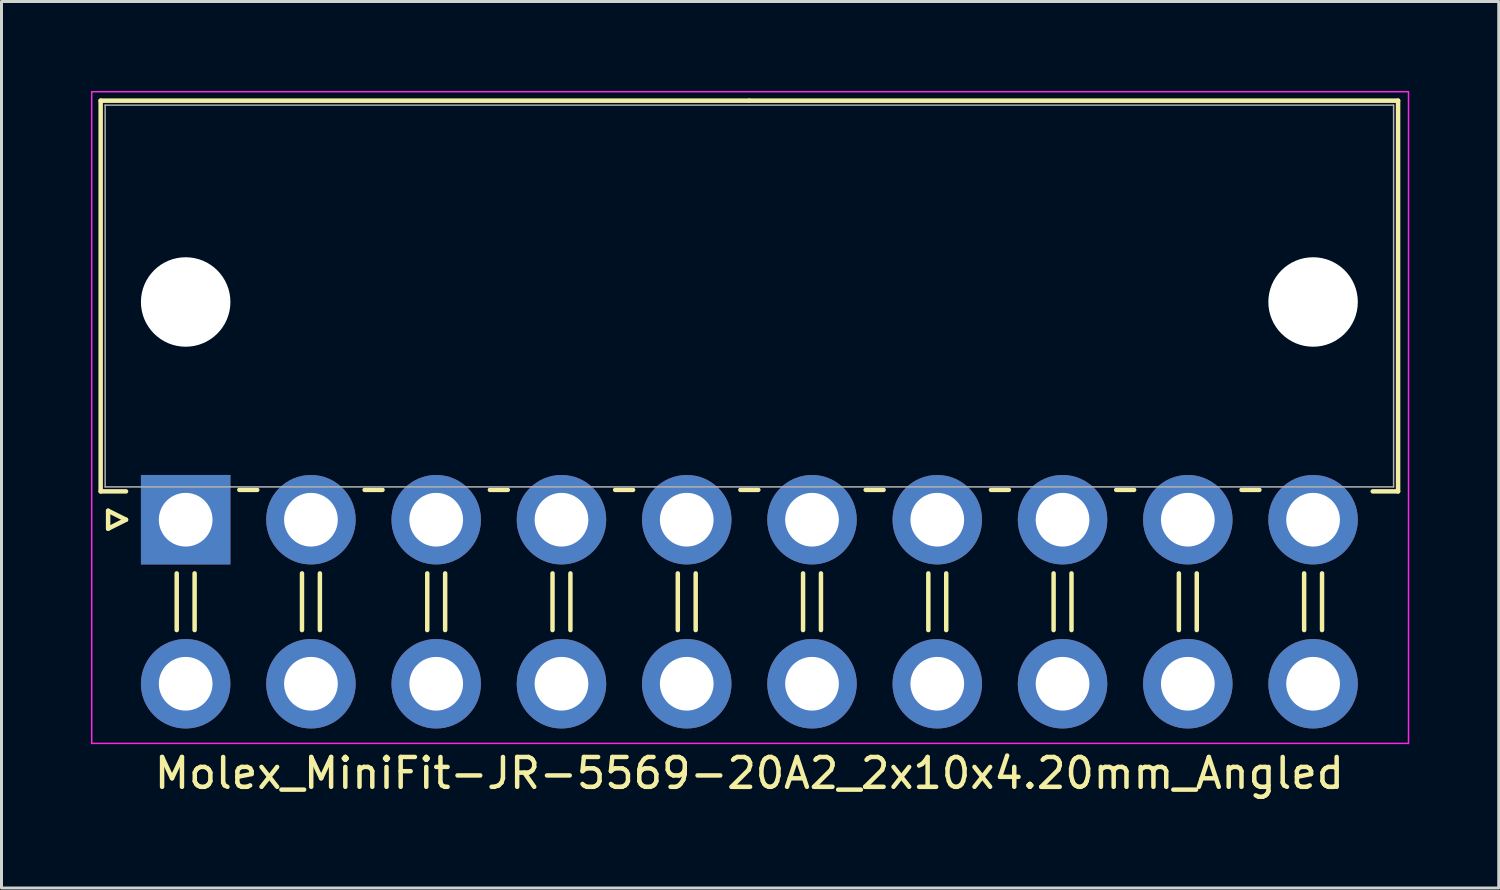
<source format=kicad_pcb>
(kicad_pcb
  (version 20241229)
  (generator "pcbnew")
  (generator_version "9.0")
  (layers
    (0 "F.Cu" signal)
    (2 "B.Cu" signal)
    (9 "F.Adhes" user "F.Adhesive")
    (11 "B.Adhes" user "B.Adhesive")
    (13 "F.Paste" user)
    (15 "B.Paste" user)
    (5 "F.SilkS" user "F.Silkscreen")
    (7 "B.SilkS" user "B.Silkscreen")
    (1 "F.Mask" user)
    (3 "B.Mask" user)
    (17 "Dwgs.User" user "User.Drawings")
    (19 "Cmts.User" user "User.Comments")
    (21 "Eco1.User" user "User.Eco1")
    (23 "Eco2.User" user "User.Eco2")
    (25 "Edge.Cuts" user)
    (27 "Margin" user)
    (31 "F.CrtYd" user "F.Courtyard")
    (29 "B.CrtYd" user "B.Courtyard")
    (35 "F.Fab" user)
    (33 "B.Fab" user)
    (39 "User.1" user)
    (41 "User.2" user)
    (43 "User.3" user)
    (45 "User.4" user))
  (footprint "Molex_MiniFit-JR-5569-20A2_2x10x4.20mm_Angled"
    (layer "F.Cu")
    (at 3.175 14.375)
    (property "Reference" "Molex_MiniFit-JR-5569-20A2_2x10x4.20mm_Angled" (at 18.9 8.5 0) (layer "F.SilkS") (effects (font (size 1 1) (thickness 0.15))))
    (attr through_hole)
    (fp_line (start -2.85 -14.05) (end 18.9 -14.05) (stroke (width 0.15) (type solid)) (layer "F.SilkS"))
    (fp_line (start -2.85 -0.95) (end -2.85 -14.05) (stroke (width 0.15) (type solid)) (layer "F.SilkS"))
    (fp_line (start -2.6 -0.3) (end -2 0) (stroke (width 0.15) (type solid)) (layer "F.SilkS"))
    (fp_line (start -2.6 0.3) (end -2.6 -0.3) (stroke (width 0.15) (type solid)) (layer "F.SilkS"))
    (fp_line (start -2 -0.95) (end -2.85 -0.95) (stroke (width 0.15) (type solid)) (layer "F.SilkS"))
    (fp_line (start -2 0) (end -2.6 0.3) (stroke (width 0.15) (type solid)) (layer "F.SilkS"))
    (fp_line (start -0.3 1.8) (end -0.3 3.7) (stroke (width 0.15) (type solid)) (layer "F.SilkS"))
    (fp_line (start 0.3 1.8) (end 0.3 3.7) (stroke (width 0.15) (type solid)) (layer "F.SilkS"))
    (fp_line (start 1.8 -1) (end 2.4 -1) (stroke (width 0.15) (type solid)) (layer "F.SilkS"))
    (fp_line (start 3.9 1.8) (end 3.9 3.7) (stroke (width 0.15) (type solid)) (layer "F.SilkS"))
    (fp_line (start 4.5 1.8) (end 4.5 3.7) (stroke (width 0.15) (type solid)) (layer "F.SilkS"))
    (fp_line (start 6 -1) (end 6.6 -1) (stroke (width 0.15) (type solid)) (layer "F.SilkS"))
    (fp_line (start 8.1 1.8) (end 8.1 3.7) (stroke (width 0.15) (type solid)) (layer "F.SilkS"))
    (fp_line (start 8.7 1.8) (end 8.7 3.7) (stroke (width 0.15) (type solid)) (layer "F.SilkS"))
    (fp_line (start 10.2 -1) (end 10.8 -1) (stroke (width 0.15) (type solid)) (layer "F.SilkS"))
    (fp_line (start 12.3 1.8) (end 12.3 3.7) (stroke (width 0.15) (type solid)) (layer "F.SilkS"))
    (fp_line (start 12.9 1.8) (end 12.9 3.7) (stroke (width 0.15) (type solid)) (layer "F.SilkS"))
    (fp_line (start 14.4 -1) (end 15 -1) (stroke (width 0.15) (type solid)) (layer "F.SilkS"))
    (fp_line (start 16.5 1.8) (end 16.5 3.7) (stroke (width 0.15) (type solid)) (layer "F.SilkS"))
    (fp_line (start 17.1 1.8) (end 17.1 3.7) (stroke (width 0.15) (type solid)) (layer "F.SilkS"))
    (fp_line (start 18.6 -1) (end 19.2 -1) (stroke (width 0.15) (type solid)) (layer "F.SilkS"))
    (fp_line (start 20.7 1.8) (end 20.7 3.7) (stroke (width 0.15) (type solid)) (layer "F.SilkS"))
    (fp_line (start 21.3 1.8) (end 21.3 3.7) (stroke (width 0.15) (type solid)) (layer "F.SilkS"))
    (fp_line (start 22.8 -1) (end 23.4 -1) (stroke (width 0.15) (type solid)) (layer "F.SilkS"))
    (fp_line (start 24.9 1.8) (end 24.9 3.7) (stroke (width 0.15) (type solid)) (layer "F.SilkS"))
    (fp_line (start 25.5 1.8) (end 25.5 3.7) (stroke (width 0.15) (type solid)) (layer "F.SilkS"))
    (fp_line (start 27 -1) (end 27.6 -1) (stroke (width 0.15) (type solid)) (layer "F.SilkS"))
    (fp_line (start 29.1 1.8) (end 29.1 3.7) (stroke (width 0.15) (type solid)) (layer "F.SilkS"))
    (fp_line (start 29.7 1.8) (end 29.7 3.7) (stroke (width 0.15) (type solid)) (layer "F.SilkS"))
    (fp_line (start 31.2 -1) (end 31.8 -1) (stroke (width 0.15) (type solid)) (layer "F.SilkS"))
    (fp_line (start 33.3 1.8) (end 33.3 3.7) (stroke (width 0.15) (type solid)) (layer "F.SilkS"))
    (fp_line (start 33.9 1.8) (end 33.9 3.7) (stroke (width 0.15) (type solid)) (layer "F.SilkS"))
    (fp_line (start 35.4 -1) (end 36 -1) (stroke (width 0.15) (type solid)) (layer "F.SilkS"))
    (fp_line (start 37.5 1.8) (end 37.5 3.7) (stroke (width 0.15) (type solid)) (layer "F.SilkS"))
    (fp_line (start 38.1 1.8) (end 38.1 3.7) (stroke (width 0.15) (type solid)) (layer "F.SilkS"))
    (fp_line (start 39.8 -0.95) (end 40.65 -0.95) (stroke (width 0.15) (type solid)) (layer "F.SilkS"))
    (fp_line (start 40.65 -14.05) (end 18.9 -14.05) (stroke (width 0.15) (type solid)) (layer "F.SilkS"))
    (fp_line (start 40.65 -0.95) (end 40.65 -14.05) (stroke (width 0.15) (type solid)) (layer "F.SilkS"))
    (fp_line (start -3.15 -14.35) (end -3.15 7.5) (stroke (width 0.05) (type solid)) (layer "F.CrtYd"))
    (fp_line (start -3.15 7.5) (end 41 7.5) (stroke (width 0.05) (type solid)) (layer "F.CrtYd"))
    (fp_line (start 41 -14.35) (end -3.15 -14.35) (stroke (width 0.05) (type solid)) (layer "F.CrtYd"))
    (fp_line (start 41 7.5) (end 41 -14.35) (stroke (width 0.05) (type solid)) (layer "F.CrtYd"))
    (fp_line (start -2.7 -13.9) (end -2.7 -1.1) (stroke (width 0.05) (type solid)) (layer "F.Fab"))
    (fp_line (start -2.7 -1.1) (end 40.5 -1.1) (stroke (width 0.05) (type solid)) (layer "F.Fab"))
    (fp_line (start 40.5 -13.9) (end -2.7 -13.9) (stroke (width 0.05) (type solid)) (layer "F.Fab"))
    (fp_line (start 40.5 -1.1) (end 40.5 -13.9) (stroke (width 0.05) (type solid)) (layer "F.Fab"))
    (pad "" np_thru_hole circle (at 0 -7.3) (size 3 3) (drill 3) (layers "*.Cu"))
    (pad "" np_thru_hole circle (at 37.8 -7.3) (size 3 3) (drill 3) (layers "*.Cu"))
    (pad "1" thru_hole rect (at 0 0) (size 3 3) (drill 1.8) (layers "*.Cu" "*.Mask"))
    (pad "2" thru_hole circle (at 4.2 0) (size 3 3) (drill 1.8) (layers "*.Cu" "*.Mask"))
    (pad "3" thru_hole circle (at 8.4 0) (size 3 3) (drill 1.8) (layers "*.Cu" "*.Mask"))
    (pad "4" thru_hole circle (at 12.6 0) (size 3 3) (drill 1.8) (layers "*.Cu" "*.Mask"))
    (pad "5" thru_hole circle (at 16.8 0) (size 3 3) (drill 1.8) (layers "*.Cu" "*.Mask"))
    (pad "6" thru_hole circle (at 21 0) (size 3 3) (drill 1.8) (layers "*.Cu" "*.Mask"))
    (pad "7" thru_hole circle (at 25.2 0) (size 3 3) (drill 1.8) (layers "*.Cu" "*.Mask"))
    (pad "8" thru_hole circle (at 29.4 0) (size 3 3) (drill 1.8) (layers "*.Cu" "*.Mask"))
    (pad "9" thru_hole circle (at 33.6 0) (size 3 3) (drill 1.8) (layers "*.Cu" "*.Mask"))
    (pad "10" thru_hole circle (at 37.8 0) (size 3 3) (drill 1.8) (layers "*.Cu" "*.Mask"))
    (pad "11" thru_hole circle (at 0 5.5) (size 3 3) (drill 1.8) (layers "*.Cu" "*.Mask"))
    (pad "12" thru_hole circle (at 4.2 5.5) (size 3 3) (drill 1.8) (layers "*.Cu" "*.Mask"))
    (pad "13" thru_hole circle (at 8.4 5.5) (size 3 3) (drill 1.8) (layers "*.Cu" "*.Mask"))
    (pad "14" thru_hole circle (at 12.6 5.5) (size 3 3) (drill 1.8) (layers "*.Cu" "*.Mask"))
    (pad "15" thru_hole circle (at 16.8 5.5) (size 3 3) (drill 1.8) (layers "*.Cu" "*.Mask"))
    (pad "16" thru_hole circle (at 21 5.5) (size 3 3) (drill 1.8) (layers "*.Cu" "*.Mask"))
    (pad "17" thru_hole circle (at 25.2 5.5) (size 3 3) (drill 1.8) (layers "*.Cu" "*.Mask"))
    (pad "18" thru_hole circle (at 29.4 5.5) (size 3 3) (drill 1.8) (layers "*.Cu" "*.Mask"))
    (pad "19" thru_hole circle (at 33.6 5.5) (size 3 3) (drill 1.8) (layers "*.Cu" "*.Mask"))
    (pad "20" thru_hole circle (at 37.8 5.5) (size 3 3) (drill 1.8) (layers "*.Cu" "*.Mask")))
  (gr_rect
    (start -3 -3)
    (end 47.2 26.723)
    (stroke (width 0.1) (type default))
    (fill no)
    (layer "Edge.Cuts")))
</source>
